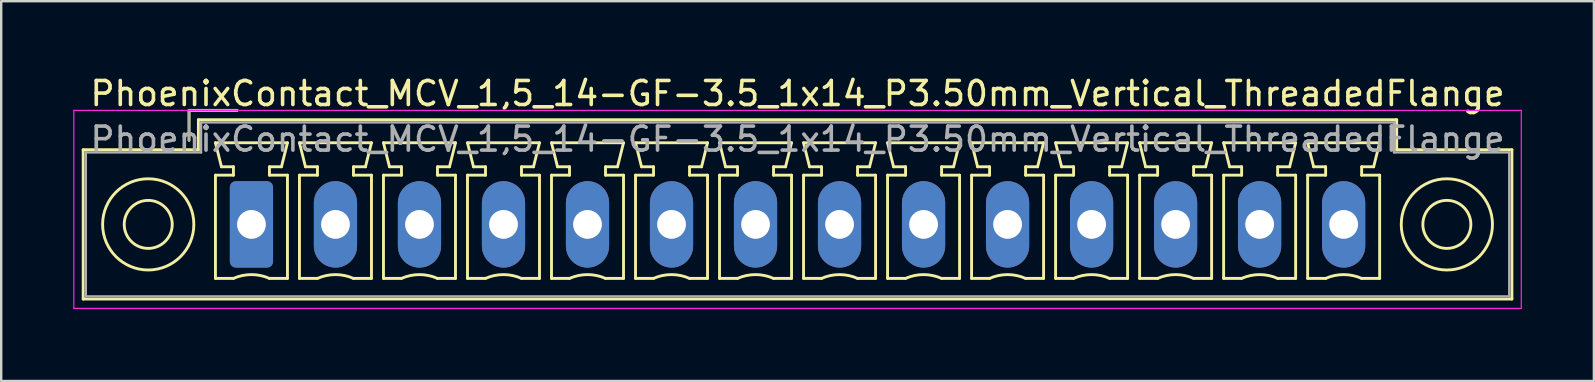
<source format=kicad_pcb>
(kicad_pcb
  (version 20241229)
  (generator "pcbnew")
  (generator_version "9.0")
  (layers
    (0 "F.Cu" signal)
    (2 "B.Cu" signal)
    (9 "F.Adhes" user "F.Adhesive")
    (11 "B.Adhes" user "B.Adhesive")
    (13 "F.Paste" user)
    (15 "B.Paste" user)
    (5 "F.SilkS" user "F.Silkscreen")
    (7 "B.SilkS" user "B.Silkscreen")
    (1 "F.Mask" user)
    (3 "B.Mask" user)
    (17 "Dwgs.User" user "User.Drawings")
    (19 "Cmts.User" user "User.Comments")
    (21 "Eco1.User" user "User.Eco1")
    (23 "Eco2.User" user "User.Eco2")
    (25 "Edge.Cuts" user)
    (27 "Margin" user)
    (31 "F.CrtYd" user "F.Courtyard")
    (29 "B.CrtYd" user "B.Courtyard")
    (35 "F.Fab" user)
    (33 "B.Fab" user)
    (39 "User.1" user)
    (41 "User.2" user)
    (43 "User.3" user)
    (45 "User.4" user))
  (footprint "PhoenixContact_MCV_1,5_14-GF-3.5_1x14_P3.50mm_Vertical_ThreadedFlange"
    (layer "F.Cu")
    (at 7.425 6.298)
    (property "Reference" "PhoenixContact_MCV_1,5_14-GF-3.5_1x14_P3.50mm_Vertical_ThreadedFlange" (at 22.75 -5.45 0) (layer "F.SilkS") (effects (font (size 1 1) (thickness 0.15))))
    (attr through_hole)
    (fp_line (start -7.01 -3.11) (end -7.01 3.11) (stroke (width 0.12) (type solid)) (layer "F.SilkS"))
    (fp_line (start -7.01 3.11) (end 52.51 3.11) (stroke (width 0.12) (type solid)) (layer "F.SilkS"))
    (fp_line (start -2.6 -4.75) (end -0.6 -4.75) (stroke (width 0.12) (type solid)) (layer "F.SilkS"))
    (fp_line (start -2.6 -3.5) (end -2.6 -4.75) (stroke (width 0.12) (type solid)) (layer "F.SilkS"))
    (fp_line (start -2.21 -4.36) (end -2.21 -3.11) (stroke (width 0.12) (type solid)) (layer "F.SilkS"))
    (fp_line (start -2.21 -3.11) (end -7.01 -3.11) (stroke (width 0.12) (type solid)) (layer "F.SilkS"))
    (fp_line (start -1.5 -3.4) (end 1.5 -3.4) (stroke (width 0.12) (type solid)) (layer "F.SilkS"))
    (fp_line (start -1.5 -2.05) (end -0.75 -2.05) (stroke (width 0.12) (type solid)) (layer "F.SilkS"))
    (fp_line (start -1.5 2.25) (end -1.5 -2.05) (stroke (width 0.12) (type solid)) (layer "F.SilkS"))
    (fp_line (start -1.25 -2.4) (end -1.5 -3.4) (stroke (width 0.12) (type solid)) (layer "F.SilkS"))
    (fp_line (start -0.75 -2.4) (end -1.25 -2.4) (stroke (width 0.12) (type solid)) (layer "F.SilkS"))
    (fp_line (start -0.75 -2.05) (end -0.75 -2.4) (stroke (width 0.12) (type solid)) (layer "F.SilkS"))
    (fp_line (start -0.75 2.25) (end -1.5 2.25) (stroke (width 0.12) (type solid)) (layer "F.SilkS"))
    (fp_line (start 0.75 -2.4) (end 0.75 -2.05) (stroke (width 0.12) (type solid)) (layer "F.SilkS"))
    (fp_line (start 0.75 -2.05) (end 1.5 -2.05) (stroke (width 0.12) (type solid)) (layer "F.SilkS"))
    (fp_line (start 1.25 -2.4) (end 0.75 -2.4) (stroke (width 0.12) (type solid)) (layer "F.SilkS"))
    (fp_line (start 1.5 -3.4) (end 1.25 -2.4) (stroke (width 0.12) (type solid)) (layer "F.SilkS"))
    (fp_line (start 1.5 -2.05) (end 1.5 2.25) (stroke (width 0.12) (type solid)) (layer "F.SilkS"))
    (fp_line (start 1.5 2.25) (end 0.75 2.25) (stroke (width 0.12) (type solid)) (layer "F.SilkS"))
    (fp_line (start 2 -3.4) (end 5 -3.4) (stroke (width 0.12) (type solid)) (layer "F.SilkS"))
    (fp_line (start 2 -2.05) (end 2.75 -2.05) (stroke (width 0.12) (type solid)) (layer "F.SilkS"))
    (fp_line (start 2 2.25) (end 2 -2.05) (stroke (width 0.12) (type solid)) (layer "F.SilkS"))
    (fp_line (start 2.25 -2.4) (end 2 -3.4) (stroke (width 0.12) (type solid)) (layer "F.SilkS"))
    (fp_line (start 2.75 -2.4) (end 2.25 -2.4) (stroke (width 0.12) (type solid)) (layer "F.SilkS"))
    (fp_line (start 2.75 -2.05) (end 2.75 -2.4) (stroke (width 0.12) (type solid)) (layer "F.SilkS"))
    (fp_line (start 2.75 2.25) (end 2 2.25) (stroke (width 0.12) (type solid)) (layer "F.SilkS"))
    (fp_line (start 4.25 -2.4) (end 4.25 -2.05) (stroke (width 0.12) (type solid)) (layer "F.SilkS"))
    (fp_line (start 4.25 -2.05) (end 5 -2.05) (stroke (width 0.12) (type solid)) (layer "F.SilkS"))
    (fp_line (start 4.75 -2.4) (end 4.25 -2.4) (stroke (width 0.12) (type solid)) (layer "F.SilkS"))
    (fp_line (start 5 -3.4) (end 4.75 -2.4) (stroke (width 0.12) (type solid)) (layer "F.SilkS"))
    (fp_line (start 5 -2.05) (end 5 2.25) (stroke (width 0.12) (type solid)) (layer "F.SilkS"))
    (fp_line (start 5 2.25) (end 4.25 2.25) (stroke (width 0.12) (type solid)) (layer "F.SilkS"))
    (fp_line (start 5.5 -3.4) (end 8.5 -3.4) (stroke (width 0.12) (type solid)) (layer "F.SilkS"))
    (fp_line (start 5.5 -2.05) (end 6.25 -2.05) (stroke (width 0.12) (type solid)) (layer "F.SilkS"))
    (fp_line (start 5.5 2.25) (end 5.5 -2.05) (stroke (width 0.12) (type solid)) (layer "F.SilkS"))
    (fp_line (start 5.75 -2.4) (end 5.5 -3.4) (stroke (width 0.12) (type solid)) (layer "F.SilkS"))
    (fp_line (start 6.25 -2.4) (end 5.75 -2.4) (stroke (width 0.12) (type solid)) (layer "F.SilkS"))
    (fp_line (start 6.25 -2.05) (end 6.25 -2.4) (stroke (width 0.12) (type solid)) (layer "F.SilkS"))
    (fp_line (start 6.25 2.25) (end 5.5 2.25) (stroke (width 0.12) (type solid)) (layer "F.SilkS"))
    (fp_line (start 7.75 -2.4) (end 7.75 -2.05) (stroke (width 0.12) (type solid)) (layer "F.SilkS"))
    (fp_line (start 7.75 -2.05) (end 8.5 -2.05) (stroke (width 0.12) (type solid)) (layer "F.SilkS"))
    (fp_line (start 8.25 -2.4) (end 7.75 -2.4) (stroke (width 0.12) (type solid)) (layer "F.SilkS"))
    (fp_line (start 8.5 -3.4) (end 8.25 -2.4) (stroke (width 0.12) (type solid)) (layer "F.SilkS"))
    (fp_line (start 8.5 -2.05) (end 8.5 2.25) (stroke (width 0.12) (type solid)) (layer "F.SilkS"))
    (fp_line (start 8.5 2.25) (end 7.75 2.25) (stroke (width 0.12) (type solid)) (layer "F.SilkS"))
    (fp_line (start 9 -3.4) (end 12 -3.4) (stroke (width 0.12) (type solid)) (layer "F.SilkS"))
    (fp_line (start 9 -2.05) (end 9.75 -2.05) (stroke (width 0.12) (type solid)) (layer "F.SilkS"))
    (fp_line (start 9 2.25) (end 9 -2.05) (stroke (width 0.12) (type solid)) (layer "F.SilkS"))
    (fp_line (start 9.25 -2.4) (end 9 -3.4) (stroke (width 0.12) (type solid)) (layer "F.SilkS"))
    (fp_line (start 9.75 -2.4) (end 9.25 -2.4) (stroke (width 0.12) (type solid)) (layer "F.SilkS"))
    (fp_line (start 9.75 -2.05) (end 9.75 -2.4) (stroke (width 0.12) (type solid)) (layer "F.SilkS"))
    (fp_line (start 9.75 2.25) (end 9 2.25) (stroke (width 0.12) (type solid)) (layer "F.SilkS"))
    (fp_line (start 11.25 -2.4) (end 11.25 -2.05) (stroke (width 0.12) (type solid)) (layer "F.SilkS"))
    (fp_line (start 11.25 -2.05) (end 12 -2.05) (stroke (width 0.12) (type solid)) (layer "F.SilkS"))
    (fp_line (start 11.75 -2.4) (end 11.25 -2.4) (stroke (width 0.12) (type solid)) (layer "F.SilkS"))
    (fp_line (start 12 -3.4) (end 11.75 -2.4) (stroke (width 0.12) (type solid)) (layer "F.SilkS"))
    (fp_line (start 12 -2.05) (end 12 2.25) (stroke (width 0.12) (type solid)) (layer "F.SilkS"))
    (fp_line (start 12 2.25) (end 11.25 2.25) (stroke (width 0.12) (type solid)) (layer "F.SilkS"))
    (fp_line (start 12.5 -3.4) (end 15.5 -3.4) (stroke (width 0.12) (type solid)) (layer "F.SilkS"))
    (fp_line (start 12.5 -2.05) (end 13.25 -2.05) (stroke (width 0.12) (type solid)) (layer "F.SilkS"))
    (fp_line (start 12.5 2.25) (end 12.5 -2.05) (stroke (width 0.12) (type solid)) (layer "F.SilkS"))
    (fp_line (start 12.75 -2.4) (end 12.5 -3.4) (stroke (width 0.12) (type solid)) (layer "F.SilkS"))
    (fp_line (start 13.25 -2.4) (end 12.75 -2.4) (stroke (width 0.12) (type solid)) (layer "F.SilkS"))
    (fp_line (start 13.25 -2.05) (end 13.25 -2.4) (stroke (width 0.12) (type solid)) (layer "F.SilkS"))
    (fp_line (start 13.25 2.25) (end 12.5 2.25) (stroke (width 0.12) (type solid)) (layer "F.SilkS"))
    (fp_line (start 14.75 -2.4) (end 14.75 -2.05) (stroke (width 0.12) (type solid)) (layer "F.SilkS"))
    (fp_line (start 14.75 -2.05) (end 15.5 -2.05) (stroke (width 0.12) (type solid)) (layer "F.SilkS"))
    (fp_line (start 15.25 -2.4) (end 14.75 -2.4) (stroke (width 0.12) (type solid)) (layer "F.SilkS"))
    (fp_line (start 15.5 -3.4) (end 15.25 -2.4) (stroke (width 0.12) (type solid)) (layer "F.SilkS"))
    (fp_line (start 15.5 -2.05) (end 15.5 2.25) (stroke (width 0.12) (type solid)) (layer "F.SilkS"))
    (fp_line (start 15.5 2.25) (end 14.75 2.25) (stroke (width 0.12) (type solid)) (layer "F.SilkS"))
    (fp_line (start 16 -3.4) (end 19 -3.4) (stroke (width 0.12) (type solid)) (layer "F.SilkS"))
    (fp_line (start 16 -2.05) (end 16.75 -2.05) (stroke (width 0.12) (type solid)) (layer "F.SilkS"))
    (fp_line (start 16 2.25) (end 16 -2.05) (stroke (width 0.12) (type solid)) (layer "F.SilkS"))
    (fp_line (start 16.25 -2.4) (end 16 -3.4) (stroke (width 0.12) (type solid)) (layer "F.SilkS"))
    (fp_line (start 16.75 -2.4) (end 16.25 -2.4) (stroke (width 0.12) (type solid)) (layer "F.SilkS"))
    (fp_line (start 16.75 -2.05) (end 16.75 -2.4) (stroke (width 0.12) (type solid)) (layer "F.SilkS"))
    (fp_line (start 16.75 2.25) (end 16 2.25) (stroke (width 0.12) (type solid)) (layer "F.SilkS"))
    (fp_line (start 18.25 -2.4) (end 18.25 -2.05) (stroke (width 0.12) (type solid)) (layer "F.SilkS"))
    (fp_line (start 18.25 -2.05) (end 19 -2.05) (stroke (width 0.12) (type solid)) (layer "F.SilkS"))
    (fp_line (start 18.75 -2.4) (end 18.25 -2.4) (stroke (width 0.12) (type solid)) (layer "F.SilkS"))
    (fp_line (start 19 -3.4) (end 18.75 -2.4) (stroke (width 0.12) (type solid)) (layer "F.SilkS"))
    (fp_line (start 19 -2.05) (end 19 2.25) (stroke (width 0.12) (type solid)) (layer "F.SilkS"))
    (fp_line (start 19 2.25) (end 18.25 2.25) (stroke (width 0.12) (type solid)) (layer "F.SilkS"))
    (fp_line (start 19.5 -3.4) (end 22.5 -3.4) (stroke (width 0.12) (type solid)) (layer "F.SilkS"))
    (fp_line (start 19.5 -2.05) (end 20.25 -2.05) (stroke (width 0.12) (type solid)) (layer "F.SilkS"))
    (fp_line (start 19.5 2.25) (end 19.5 -2.05) (stroke (width 0.12) (type solid)) (layer "F.SilkS"))
    (fp_line (start 19.75 -2.4) (end 19.5 -3.4) (stroke (width 0.12) (type solid)) (layer "F.SilkS"))
    (fp_line (start 20.25 -2.4) (end 19.75 -2.4) (stroke (width 0.12) (type solid)) (layer "F.SilkS"))
    (fp_line (start 20.25 -2.05) (end 20.25 -2.4) (stroke (width 0.12) (type solid)) (layer "F.SilkS"))
    (fp_line (start 20.25 2.25) (end 19.5 2.25) (stroke (width 0.12) (type solid)) (layer "F.SilkS"))
    (fp_line (start 21.75 -2.4) (end 21.75 -2.05) (stroke (width 0.12) (type solid)) (layer "F.SilkS"))
    (fp_line (start 21.75 -2.05) (end 22.5 -2.05) (stroke (width 0.12) (type solid)) (layer "F.SilkS"))
    (fp_line (start 22.25 -2.4) (end 21.75 -2.4) (stroke (width 0.12) (type solid)) (layer "F.SilkS"))
    (fp_line (start 22.5 -3.4) (end 22.25 -2.4) (stroke (width 0.12) (type solid)) (layer "F.SilkS"))
    (fp_line (start 22.5 -2.05) (end 22.5 2.25) (stroke (width 0.12) (type solid)) (layer "F.SilkS"))
    (fp_line (start 22.5 2.25) (end 21.75 2.25) (stroke (width 0.12) (type solid)) (layer "F.SilkS"))
    (fp_line (start 23 -3.4) (end 26 -3.4) (stroke (width 0.12) (type solid)) (layer "F.SilkS"))
    (fp_line (start 23 -2.05) (end 23.75 -2.05) (stroke (width 0.12) (type solid)) (layer "F.SilkS"))
    (fp_line (start 23 2.25) (end 23 -2.05) (stroke (width 0.12) (type solid)) (layer "F.SilkS"))
    (fp_line (start 23.25 -2.4) (end 23 -3.4) (stroke (width 0.12) (type solid)) (layer "F.SilkS"))
    (fp_line (start 23.75 -2.4) (end 23.25 -2.4) (stroke (width 0.12) (type solid)) (layer "F.SilkS"))
    (fp_line (start 23.75 -2.05) (end 23.75 -2.4) (stroke (width 0.12) (type solid)) (layer "F.SilkS"))
    (fp_line (start 23.75 2.25) (end 23 2.25) (stroke (width 0.12) (type solid)) (layer "F.SilkS"))
    (fp_line (start 25.25 -2.4) (end 25.25 -2.05) (stroke (width 0.12) (type solid)) (layer "F.SilkS"))
    (fp_line (start 25.25 -2.05) (end 26 -2.05) (stroke (width 0.12) (type solid)) (layer "F.SilkS"))
    (fp_line (start 25.75 -2.4) (end 25.25 -2.4) (stroke (width 0.12) (type solid)) (layer "F.SilkS"))
    (fp_line (start 26 -3.4) (end 25.75 -2.4) (stroke (width 0.12) (type solid)) (layer "F.SilkS"))
    (fp_line (start 26 -2.05) (end 26 2.25) (stroke (width 0.12) (type solid)) (layer "F.SilkS"))
    (fp_line (start 26 2.25) (end 25.25 2.25) (stroke (width 0.12) (type solid)) (layer "F.SilkS"))
    (fp_line (start 26.5 -3.4) (end 29.5 -3.4) (stroke (width 0.12) (type solid)) (layer "F.SilkS"))
    (fp_line (start 26.5 -2.05) (end 27.25 -2.05) (stroke (width 0.12) (type solid)) (layer "F.SilkS"))
    (fp_line (start 26.5 2.25) (end 26.5 -2.05) (stroke (width 0.12) (type solid)) (layer "F.SilkS"))
    (fp_line (start 26.75 -2.4) (end 26.5 -3.4) (stroke (width 0.12) (type solid)) (layer "F.SilkS"))
    (fp_line (start 27.25 -2.4) (end 26.75 -2.4) (stroke (width 0.12) (type solid)) (layer "F.SilkS"))
    (fp_line (start 27.25 -2.05) (end 27.25 -2.4) (stroke (width 0.12) (type solid)) (layer "F.SilkS"))
    (fp_line (start 27.25 2.25) (end 26.5 2.25) (stroke (width 0.12) (type solid)) (layer "F.SilkS"))
    (fp_line (start 28.75 -2.4) (end 28.75 -2.05) (stroke (width 0.12) (type solid)) (layer "F.SilkS"))
    (fp_line (start 28.75 -2.05) (end 29.5 -2.05) (stroke (width 0.12) (type solid)) (layer "F.SilkS"))
    (fp_line (start 29.25 -2.4) (end 28.75 -2.4) (stroke (width 0.12) (type solid)) (layer "F.SilkS"))
    (fp_line (start 29.5 -3.4) (end 29.25 -2.4) (stroke (width 0.12) (type solid)) (layer "F.SilkS"))
    (fp_line (start 29.5 -2.05) (end 29.5 2.25) (stroke (width 0.12) (type solid)) (layer "F.SilkS"))
    (fp_line (start 29.5 2.25) (end 28.75 2.25) (stroke (width 0.12) (type solid)) (layer "F.SilkS"))
    (fp_line (start 30 -3.4) (end 33 -3.4) (stroke (width 0.12) (type solid)) (layer "F.SilkS"))
    (fp_line (start 30 -2.05) (end 30.75 -2.05) (stroke (width 0.12) (type solid)) (layer "F.SilkS"))
    (fp_line (start 30 2.25) (end 30 -2.05) (stroke (width 0.12) (type solid)) (layer "F.SilkS"))
    (fp_line (start 30.25 -2.4) (end 30 -3.4) (stroke (width 0.12) (type solid)) (layer "F.SilkS"))
    (fp_line (start 30.75 -2.4) (end 30.25 -2.4) (stroke (width 0.12) (type solid)) (layer "F.SilkS"))
    (fp_line (start 30.75 -2.05) (end 30.75 -2.4) (stroke (width 0.12) (type solid)) (layer "F.SilkS"))
    (fp_line (start 30.75 2.25) (end 30 2.25) (stroke (width 0.12) (type solid)) (layer "F.SilkS"))
    (fp_line (start 32.25 -2.4) (end 32.25 -2.05) (stroke (width 0.12) (type solid)) (layer "F.SilkS"))
    (fp_line (start 32.25 -2.05) (end 33 -2.05) (stroke (width 0.12) (type solid)) (layer "F.SilkS"))
    (fp_line (start 32.75 -2.4) (end 32.25 -2.4) (stroke (width 0.12) (type solid)) (layer "F.SilkS"))
    (fp_line (start 33 -3.4) (end 32.75 -2.4) (stroke (width 0.12) (type solid)) (layer "F.SilkS"))
    (fp_line (start 33 -2.05) (end 33 2.25) (stroke (width 0.12) (type solid)) (layer "F.SilkS"))
    (fp_line (start 33 2.25) (end 32.25 2.25) (stroke (width 0.12) (type solid)) (layer "F.SilkS"))
    (fp_line (start 33.5 -3.4) (end 36.5 -3.4) (stroke (width 0.12) (type solid)) (layer "F.SilkS"))
    (fp_line (start 33.5 -2.05) (end 34.25 -2.05) (stroke (width 0.12) (type solid)) (layer "F.SilkS"))
    (fp_line (start 33.5 2.25) (end 33.5 -2.05) (stroke (width 0.12) (type solid)) (layer "F.SilkS"))
    (fp_line (start 33.75 -2.4) (end 33.5 -3.4) (stroke (width 0.12) (type solid)) (layer "F.SilkS"))
    (fp_line (start 34.25 -2.4) (end 33.75 -2.4) (stroke (width 0.12) (type solid)) (layer "F.SilkS"))
    (fp_line (start 34.25 -2.05) (end 34.25 -2.4) (stroke (width 0.12) (type solid)) (layer "F.SilkS"))
    (fp_line (start 34.25 2.25) (end 33.5 2.25) (stroke (width 0.12) (type solid)) (layer "F.SilkS"))
    (fp_line (start 35.75 -2.4) (end 35.75 -2.05) (stroke (width 0.12) (type solid)) (layer "F.SilkS"))
    (fp_line (start 35.75 -2.05) (end 36.5 -2.05) (stroke (width 0.12) (type solid)) (layer "F.SilkS"))
    (fp_line (start 36.25 -2.4) (end 35.75 -2.4) (stroke (width 0.12) (type solid)) (layer "F.SilkS"))
    (fp_line (start 36.5 -3.4) (end 36.25 -2.4) (stroke (width 0.12) (type solid)) (layer "F.SilkS"))
    (fp_line (start 36.5 -2.05) (end 36.5 2.25) (stroke (width 0.12) (type solid)) (layer "F.SilkS"))
    (fp_line (start 36.5 2.25) (end 35.75 2.25) (stroke (width 0.12) (type solid)) (layer "F.SilkS"))
    (fp_line (start 37 -3.4) (end 40 -3.4) (stroke (width 0.12) (type solid)) (layer "F.SilkS"))
    (fp_line (start 37 -2.05) (end 37.75 -2.05) (stroke (width 0.12) (type solid)) (layer "F.SilkS"))
    (fp_line (start 37 2.25) (end 37 -2.05) (stroke (width 0.12) (type solid)) (layer "F.SilkS"))
    (fp_line (start 37.25 -2.4) (end 37 -3.4) (stroke (width 0.12) (type solid)) (layer "F.SilkS"))
    (fp_line (start 37.75 -2.4) (end 37.25 -2.4) (stroke (width 0.12) (type solid)) (layer "F.SilkS"))
    (fp_line (start 37.75 -2.05) (end 37.75 -2.4) (stroke (width 0.12) (type solid)) (layer "F.SilkS"))
    (fp_line (start 37.75 2.25) (end 37 2.25) (stroke (width 0.12) (type solid)) (layer "F.SilkS"))
    (fp_line (start 39.25 -2.4) (end 39.25 -2.05) (stroke (width 0.12) (type solid)) (layer "F.SilkS"))
    (fp_line (start 39.25 -2.05) (end 40 -2.05) (stroke (width 0.12) (type solid)) (layer "F.SilkS"))
    (fp_line (start 39.75 -2.4) (end 39.25 -2.4) (stroke (width 0.12) (type solid)) (layer "F.SilkS"))
    (fp_line (start 40 -3.4) (end 39.75 -2.4) (stroke (width 0.12) (type solid)) (layer "F.SilkS"))
    (fp_line (start 40 -2.05) (end 40 2.25) (stroke (width 0.12) (type solid)) (layer "F.SilkS"))
    (fp_line (start 40 2.25) (end 39.25 2.25) (stroke (width 0.12) (type solid)) (layer "F.SilkS"))
    (fp_line (start 40.5 -3.4) (end 43.5 -3.4) (stroke (width 0.12) (type solid)) (layer "F.SilkS"))
    (fp_line (start 40.5 -2.05) (end 41.25 -2.05) (stroke (width 0.12) (type solid)) (layer "F.SilkS"))
    (fp_line (start 40.5 2.25) (end 40.5 -2.05) (stroke (width 0.12) (type solid)) (layer "F.SilkS"))
    (fp_line (start 40.75 -2.4) (end 40.5 -3.4) (stroke (width 0.12) (type solid)) (layer "F.SilkS"))
    (fp_line (start 41.25 -2.4) (end 40.75 -2.4) (stroke (width 0.12) (type solid)) (layer "F.SilkS"))
    (fp_line (start 41.25 -2.05) (end 41.25 -2.4) (stroke (width 0.12) (type solid)) (layer "F.SilkS"))
    (fp_line (start 41.25 2.25) (end 40.5 2.25) (stroke (width 0.12) (type solid)) (layer "F.SilkS"))
    (fp_line (start 42.75 -2.4) (end 42.75 -2.05) (stroke (width 0.12) (type solid)) (layer "F.SilkS"))
    (fp_line (start 42.75 -2.05) (end 43.5 -2.05) (stroke (width 0.12) (type solid)) (layer "F.SilkS"))
    (fp_line (start 43.25 -2.4) (end 42.75 -2.4) (stroke (width 0.12) (type solid)) (layer "F.SilkS"))
    (fp_line (start 43.5 -3.4) (end 43.25 -2.4) (stroke (width 0.12) (type solid)) (layer "F.SilkS"))
    (fp_line (start 43.5 -2.05) (end 43.5 2.25) (stroke (width 0.12) (type solid)) (layer "F.SilkS"))
    (fp_line (start 43.5 2.25) (end 42.75 2.25) (stroke (width 0.12) (type solid)) (layer "F.SilkS"))
    (fp_line (start 44 -3.4) (end 47 -3.4) (stroke (width 0.12) (type solid)) (layer "F.SilkS"))
    (fp_line (start 44 -2.05) (end 44.75 -2.05) (stroke (width 0.12) (type solid)) (layer "F.SilkS"))
    (fp_line (start 44 2.25) (end 44 -2.05) (stroke (width 0.12) (type solid)) (layer "F.SilkS"))
    (fp_line (start 44.25 -2.4) (end 44 -3.4) (stroke (width 0.12) (type solid)) (layer "F.SilkS"))
    (fp_line (start 44.75 -2.4) (end 44.25 -2.4) (stroke (width 0.12) (type solid)) (layer "F.SilkS"))
    (fp_line (start 44.75 -2.05) (end 44.75 -2.4) (stroke (width 0.12) (type solid)) (layer "F.SilkS"))
    (fp_line (start 44.75 2.25) (end 44 2.25) (stroke (width 0.12) (type solid)) (layer "F.SilkS"))
    (fp_line (start 46.25 -2.4) (end 46.25 -2.05) (stroke (width 0.12) (type solid)) (layer "F.SilkS"))
    (fp_line (start 46.25 -2.05) (end 47 -2.05) (stroke (width 0.12) (type solid)) (layer "F.SilkS"))
    (fp_line (start 46.75 -2.4) (end 46.25 -2.4) (stroke (width 0.12) (type solid)) (layer "F.SilkS"))
    (fp_line (start 47 -3.4) (end 46.75 -2.4) (stroke (width 0.12) (type solid)) (layer "F.SilkS"))
    (fp_line (start 47 -2.05) (end 47 2.25) (stroke (width 0.12) (type solid)) (layer "F.SilkS"))
    (fp_line (start 47 2.25) (end 46.25 2.25) (stroke (width 0.12) (type solid)) (layer "F.SilkS"))
    (fp_line (start 47.71 -4.36) (end -2.21 -4.36) (stroke (width 0.12) (type solid)) (layer "F.SilkS"))
    (fp_line (start 47.71 -3.11) (end 47.71 -4.36) (stroke (width 0.12) (type solid)) (layer "F.SilkS"))
    (fp_line (start 52.51 -3.11) (end 47.71 -3.11) (stroke (width 0.12) (type solid)) (layer "F.SilkS"))
    (fp_line (start 52.51 3.11) (end 52.51 -3.11) (stroke (width 0.12) (type solid)) (layer "F.SilkS"))
    (fp_arc (start -0.75 2.25) (mid -0.000193 2.09191) (end 0.749647 2.249844) (stroke (width 0.12) (type solid)) (layer "F.SilkS"))
    (fp_arc (start 2.75 2.25) (mid 3.499807 2.09191) (end 4.249647 2.249844) (stroke (width 0.12) (type solid)) (layer "F.SilkS"))
    (fp_arc (start 6.25 2.25) (mid 6.999807 2.09191) (end 7.749647 2.249844) (stroke (width 0.12) (type solid)) (layer "F.SilkS"))
    (fp_arc (start 9.75 2.25) (mid 10.499807 2.09191) (end 11.249647 2.249844) (stroke (width 0.12) (type solid)) (layer "F.SilkS"))
    (fp_arc (start 13.25 2.25) (mid 13.999807 2.09191) (end 14.749647 2.249844) (stroke (width 0.12) (type solid)) (layer "F.SilkS"))
    (fp_arc (start 16.75 2.25) (mid 17.499807 2.09191) (end 18.249647 2.249844) (stroke (width 0.12) (type solid)) (layer "F.SilkS"))
    (fp_arc (start 20.25 2.25) (mid 20.999807 2.09191) (end 21.749647 2.249844) (stroke (width 0.12) (type solid)) (layer "F.SilkS"))
    (fp_arc (start 23.75 2.25) (mid 24.499807 2.09191) (end 25.249647 2.249844) (stroke (width 0.12) (type solid)) (layer "F.SilkS"))
    (fp_arc (start 27.25 2.25) (mid 27.999807 2.09191) (end 28.749647 2.249844) (stroke (width 0.12) (type solid)) (layer "F.SilkS"))
    (fp_arc (start 30.75 2.25) (mid 31.499807 2.09191) (end 32.249647 2.249844) (stroke (width 0.12) (type solid)) (layer "F.SilkS"))
    (fp_arc (start 34.25 2.25) (mid 34.999807 2.09191) (end 35.749647 2.249844) (stroke (width 0.12) (type solid)) (layer "F.SilkS"))
    (fp_arc (start 37.75 2.25) (mid 38.499807 2.09191) (end 39.249647 2.249844) (stroke (width 0.12) (type solid)) (layer "F.SilkS"))
    (fp_arc (start 41.25 2.25) (mid 41.999807 2.09191) (end 42.749647 2.249844) (stroke (width 0.12) (type solid)) (layer "F.SilkS"))
    (fp_arc (start 44.75 2.25) (mid 45.499807 2.09191) (end 46.249647 2.249844) (stroke (width 0.12) (type solid)) (layer "F.SilkS"))
    (fp_circle (center -4.3 0) (end -3.3 0) (stroke (width 0.12) (type solid)) (fill no) (layer "F.SilkS"))
    (fp_circle (center -4.3 0) (end -2.4 0) (stroke (width 0.12) (type solid)) (fill no) (layer "F.SilkS"))
    (fp_circle (center 49.8 0) (end 50.8 0) (stroke (width 0.12) (type solid)) (fill no) (layer "F.SilkS"))
    (fp_circle (center 49.8 0) (end 51.7 0) (stroke (width 0.12) (type solid)) (fill no) (layer "F.SilkS"))
    (fp_line (start -7.4 -4.75) (end -7.4 3.5) (stroke (width 0.05) (type solid)) (layer "F.CrtYd"))
    (fp_line (start -7.4 3.5) (end 52.9 3.5) (stroke (width 0.05) (type solid)) (layer "F.CrtYd"))
    (fp_line (start 52.9 -4.75) (end -7.4 -4.75) (stroke (width 0.05) (type solid)) (layer "F.CrtYd"))
    (fp_line (start 52.9 3.5) (end 52.9 -4.75) (stroke (width 0.05) (type solid)) (layer "F.CrtYd"))
    (fp_line (start -6.9 -3) (end -6.9 3) (stroke (width 0.1) (type solid)) (layer "F.Fab"))
    (fp_line (start -6.9 3) (end 52.4 3) (stroke (width 0.1) (type solid)) (layer "F.Fab"))
    (fp_line (start -2.6 -4.75) (end -0.6 -4.75) (stroke (width 0.1) (type solid)) (layer "F.Fab"))
    (fp_line (start -2.6 -3.5) (end -2.6 -4.75) (stroke (width 0.1) (type solid)) (layer "F.Fab"))
    (fp_line (start -2.1 -4.25) (end -2.1 -3) (stroke (width 0.1) (type solid)) (layer "F.Fab"))
    (fp_line (start -2.1 -3) (end -6.9 -3) (stroke (width 0.1) (type solid)) (layer "F.Fab"))
    (fp_line (start 47.6 -4.25) (end -2.1 -4.25) (stroke (width 0.1) (type solid)) (layer "F.Fab"))
    (fp_line (start 47.6 -3) (end 47.6 -4.25) (stroke (width 0.1) (type solid)) (layer "F.Fab"))
    (fp_line (start 52.4 -3) (end 47.6 -3) (stroke (width 0.1) (type solid)) (layer "F.Fab"))
    (fp_line (start 52.4 3) (end 52.4 -3) (stroke (width 0.1) (type solid)) (layer "F.Fab"))
    (fp_text user "${REFERENCE}" (at 22.75 -3.55 0) (layer "F.Fab") (effects (font (size 1 1) (thickness 0.15))))
    (pad "1" thru_hole roundrect (at 0 0) (size 1.8 3.6) (drill 1.2) (layers "*.Cu" "*.Mask") (roundrect_rratio 0.139))
    (pad "2" thru_hole oval (at 3.5 0) (size 1.8 3.6) (drill 1.2) (layers "*.Cu" "*.Mask"))
    (pad "3" thru_hole oval (at 7 0) (size 1.8 3.6) (drill 1.2) (layers "*.Cu" "*.Mask"))
    (pad "4" thru_hole oval (at 10.5 0) (size 1.8 3.6) (drill 1.2) (layers "*.Cu" "*.Mask"))
    (pad "5" thru_hole oval (at 14 0) (size 1.8 3.6) (drill 1.2) (layers "*.Cu" "*.Mask"))
    (pad "6" thru_hole oval (at 17.5 0) (size 1.8 3.6) (drill 1.2) (layers "*.Cu" "*.Mask"))
    (pad "7" thru_hole oval (at 21 0) (size 1.8 3.6) (drill 1.2) (layers "*.Cu" "*.Mask"))
    (pad "8" thru_hole oval (at 24.5 0) (size 1.8 3.6) (drill 1.2) (layers "*.Cu" "*.Mask"))
    (pad "9" thru_hole oval (at 28 0) (size 1.8 3.6) (drill 1.2) (layers "*.Cu" "*.Mask"))
    (pad "10" thru_hole oval (at 31.5 0) (size 1.8 3.6) (drill 1.2) (layers "*.Cu" "*.Mask"))
    (pad "11" thru_hole oval (at 35 0) (size 1.8 3.6) (drill 1.2) (layers "*.Cu" "*.Mask"))
    (pad "12" thru_hole oval (at 38.5 0) (size 1.8 3.6) (drill 1.2) (layers "*.Cu" "*.Mask"))
    (pad "13" thru_hole oval (at 42 0) (size 1.8 3.6) (drill 1.2) (layers "*.Cu" "*.Mask"))
    (pad "14" thru_hole oval (at 45.5 0) (size 1.8 3.6) (drill 1.2) (layers "*.Cu" "*.Mask")))
  (gr_rect
    (start -3 -3)
    (end 63.35 12.823)
    (stroke (width 0.1) (type default))
    (fill no)
    (layer "Edge.Cuts")))
</source>
